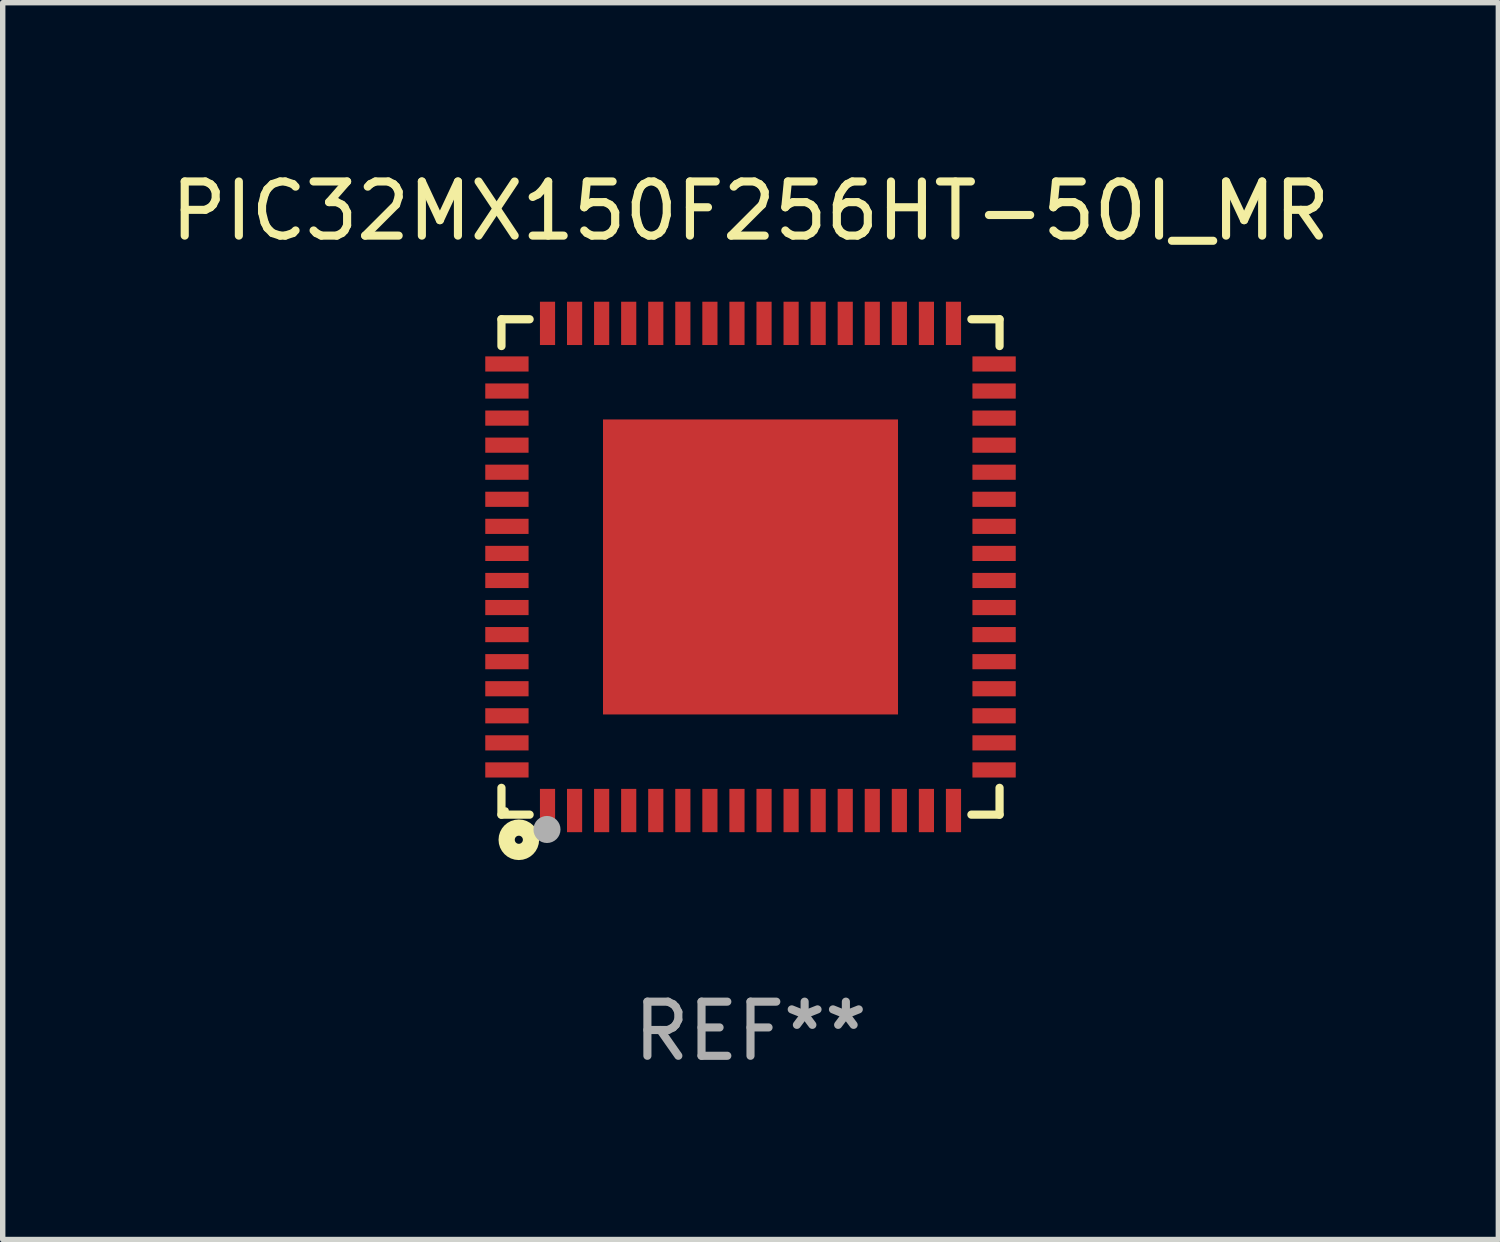
<source format=kicad_pcb>
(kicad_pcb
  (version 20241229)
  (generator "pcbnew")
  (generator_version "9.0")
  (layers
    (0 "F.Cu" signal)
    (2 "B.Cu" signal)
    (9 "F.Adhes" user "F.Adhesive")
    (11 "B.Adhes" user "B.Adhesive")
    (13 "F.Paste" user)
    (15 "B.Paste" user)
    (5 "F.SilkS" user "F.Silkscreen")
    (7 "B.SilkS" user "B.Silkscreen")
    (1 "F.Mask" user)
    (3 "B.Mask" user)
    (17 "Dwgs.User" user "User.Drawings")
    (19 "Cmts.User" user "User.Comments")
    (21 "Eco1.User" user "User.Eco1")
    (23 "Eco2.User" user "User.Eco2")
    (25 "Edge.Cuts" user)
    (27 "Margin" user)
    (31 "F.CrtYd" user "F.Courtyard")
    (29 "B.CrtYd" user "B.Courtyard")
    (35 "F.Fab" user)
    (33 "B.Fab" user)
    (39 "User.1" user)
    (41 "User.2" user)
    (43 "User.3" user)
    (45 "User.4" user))
  (footprint "PIC32MX150F256HT-50I_MR"
    (layer "F.Cu")
    (at 10.815 7.424)
    (property "Reference" "PIC32MX150F256HT-50I_MR" (at 0 -6.576 0) (layer "F.SilkS") (effects (font (size 1 1) (thickness 0.15))))
    (attr through_hole)
    (fp_line (start -4.601 -4.576) (end -4.081 -4.576) (stroke (width 0.152) (type solid)) (layer "F.SilkS"))
    (fp_line (start -4.601 -4.081) (end -4.601 -4.576) (stroke (width 0.152) (type solid)) (layer "F.SilkS"))
    (fp_line (start -4.601 4.081) (end -4.601 4.576) (stroke (width 0.152) (type solid)) (layer "F.SilkS"))
    (fp_line (start -4.601 4.576) (end -4.081 4.576) (stroke (width 0.152) (type solid)) (layer "F.SilkS"))
    (fp_line (start 4.601 -4.576) (end 4.081 -4.576) (stroke (width 0.152) (type solid)) (layer "F.SilkS"))
    (fp_line (start 4.601 -4.081) (end 4.601 -4.576) (stroke (width 0.152) (type solid)) (layer "F.SilkS"))
    (fp_line (start 4.601 4.081) (end 4.601 4.576) (stroke (width 0.152) (type solid)) (layer "F.SilkS"))
    (fp_line (start 4.601 4.576) (end 4.081 4.576) (stroke (width 0.152) (type solid)) (layer "F.SilkS"))
    (fp_circle (center -4.525 4.5) (end -4.495 4.5) (stroke (width 0.06) (type solid)) (fill no) (layer "F.SilkS"))
    (fp_circle (center -4.28 5.04) (end -4.205 5.04) (stroke (width 0.3) (type solid)) (fill no) (layer "F.SilkS"))
    (fp_circle (center -3.76 4.85) (end -3.635 4.85) (stroke (width 0.25) (type solid)) (fill no) (layer "F.Fab"))
    (fp_text user "REF**" (at 0 8.576 0) (layer "F.Fab") (effects (font (size 1 1) (thickness 0.15))))
    (pad "1" smd rect (at -3.75 4.5) (size 0.28 0.8) (layers "F.Cu" "F.Mask" "F.Paste"))
    (pad "2" smd rect (at -3.25 4.5) (size 0.28 0.8) (layers "F.Cu" "F.Mask" "F.Paste"))
    (pad "3" smd rect (at -2.75 4.5) (size 0.28 0.8) (layers "F.Cu" "F.Mask" "F.Paste"))
    (pad "4" smd rect (at -2.25 4.5) (size 0.28 0.8) (layers "F.Cu" "F.Mask" "F.Paste"))
    (pad "5" smd rect (at -1.75 4.5) (size 0.28 0.8) (layers "F.Cu" "F.Mask" "F.Paste"))
    (pad "6" smd rect (at -1.25 4.5) (size 0.28 0.8) (layers "F.Cu" "F.Mask" "F.Paste"))
    (pad "7" smd rect (at -0.75 4.5) (size 0.28 0.8) (layers "F.Cu" "F.Mask" "F.Paste"))
    (pad "8" smd rect (at -0.25 4.5) (size 0.28 0.8) (layers "F.Cu" "F.Mask" "F.Paste"))
    (pad "9" smd rect (at 0.25 4.5) (size 0.28 0.8) (layers "F.Cu" "F.Mask" "F.Paste"))
    (pad "10" smd rect (at 0.75 4.5) (size 0.28 0.8) (layers "F.Cu" "F.Mask" "F.Paste"))
    (pad "11" smd rect (at 1.25 4.5) (size 0.28 0.8) (layers "F.Cu" "F.Mask" "F.Paste"))
    (pad "12" smd rect (at 1.75 4.5) (size 0.28 0.8) (layers "F.Cu" "F.Mask" "F.Paste"))
    (pad "13" smd rect (at 2.25 4.5) (size 0.28 0.8) (layers "F.Cu" "F.Mask" "F.Paste"))
    (pad "14" smd rect (at 2.75 4.5) (size 0.28 0.8) (layers "F.Cu" "F.Mask" "F.Paste"))
    (pad "15" smd rect (at 3.25 4.5) (size 0.28 0.8) (layers "F.Cu" "F.Mask" "F.Paste"))
    (pad "16" smd rect (at 3.75 4.5) (size 0.28 0.8) (layers "F.Cu" "F.Mask" "F.Paste"))
    (pad "17" smd rect (at 4.5 3.75) (size 0.8 0.28) (layers "F.Cu" "F.Mask" "F.Paste"))
    (pad "18" smd rect (at 4.5 3.25) (size 0.8 0.28) (layers "F.Cu" "F.Mask" "F.Paste"))
    (pad "19" smd rect (at 4.5 2.75) (size 0.8 0.28) (layers "F.Cu" "F.Mask" "F.Paste"))
    (pad "20" smd rect (at 4.5 2.25) (size 0.8 0.28) (layers "F.Cu" "F.Mask" "F.Paste"))
    (pad "21" smd rect (at 4.5 1.75) (size 0.8 0.28) (layers "F.Cu" "F.Mask" "F.Paste"))
    (pad "22" smd rect (at 4.5 1.25) (size 0.8 0.28) (layers "F.Cu" "F.Mask" "F.Paste"))
    (pad "23" smd rect (at 4.5 0.75) (size 0.8 0.28) (layers "F.Cu" "F.Mask" "F.Paste"))
    (pad "24" smd rect (at 4.5 0.25) (size 0.8 0.28) (layers "F.Cu" "F.Mask" "F.Paste"))
    (pad "25" smd rect (at 4.5 -0.25) (size 0.8 0.28) (layers "F.Cu" "F.Mask" "F.Paste"))
    (pad "26" smd rect (at 4.5 -0.75) (size 0.8 0.28) (layers "F.Cu" "F.Mask" "F.Paste"))
    (pad "27" smd rect (at 4.5 -1.25) (size 0.8 0.28) (layers "F.Cu" "F.Mask" "F.Paste"))
    (pad "28" smd rect (at 4.5 -1.75) (size 0.8 0.28) (layers "F.Cu" "F.Mask" "F.Paste"))
    (pad "29" smd rect (at 4.5 -2.25) (size 0.8 0.28) (layers "F.Cu" "F.Mask" "F.Paste"))
    (pad "30" smd rect (at 4.5 -2.75) (size 0.8 0.28) (layers "F.Cu" "F.Mask" "F.Paste"))
    (pad "31" smd rect (at 4.5 -3.25) (size 0.8 0.28) (layers "F.Cu" "F.Mask" "F.Paste"))
    (pad "32" smd rect (at 4.5 -3.75) (size 0.8 0.28) (layers "F.Cu" "F.Mask" "F.Paste"))
    (pad "33" smd rect (at 3.75 -4.5) (size 0.28 0.8) (layers "F.Cu" "F.Mask" "F.Paste"))
    (pad "34" smd rect (at 3.25 -4.5) (size 0.28 0.8) (layers "F.Cu" "F.Mask" "F.Paste"))
    (pad "35" smd rect (at 2.75 -4.5) (size 0.28 0.8) (layers "F.Cu" "F.Mask" "F.Paste"))
    (pad "36" smd rect (at 2.25 -4.5) (size 0.28 0.8) (layers "F.Cu" "F.Mask" "F.Paste"))
    (pad "37" smd rect (at 1.75 -4.5) (size 0.28 0.8) (layers "F.Cu" "F.Mask" "F.Paste"))
    (pad "38" smd rect (at 1.25 -4.5) (size 0.28 0.8) (layers "F.Cu" "F.Mask" "F.Paste"))
    (pad "39" smd rect (at 0.75 -4.5) (size 0.28 0.8) (layers "F.Cu" "F.Mask" "F.Paste"))
    (pad "40" smd rect (at 0.25 -4.5) (size 0.28 0.8) (layers "F.Cu" "F.Mask" "F.Paste"))
    (pad "41" smd rect (at -0.25 -4.5) (size 0.28 0.8) (layers "F.Cu" "F.Mask" "F.Paste"))
    (pad "42" smd rect (at -0.75 -4.5) (size 0.28 0.8) (layers "F.Cu" "F.Mask" "F.Paste"))
    (pad "43" smd rect (at -1.25 -4.5) (size 0.28 0.8) (layers "F.Cu" "F.Mask" "F.Paste"))
    (pad "44" smd rect (at -1.75 -4.5) (size 0.28 0.8) (layers "F.Cu" "F.Mask" "F.Paste"))
    (pad "45" smd rect (at -2.25 -4.5) (size 0.28 0.8) (layers "F.Cu" "F.Mask" "F.Paste"))
    (pad "46" smd rect (at -2.75 -4.5) (size 0.28 0.8) (layers "F.Cu" "F.Mask" "F.Paste"))
    (pad "47" smd rect (at -3.25 -4.5) (size 0.28 0.8) (layers "F.Cu" "F.Mask" "F.Paste"))
    (pad "48" smd rect (at -3.75 -4.5) (size 0.28 0.8) (layers "F.Cu" "F.Mask" "F.Paste"))
    (pad "49" smd rect (at -4.5 -3.75) (size 0.8 0.28) (layers "F.Cu" "F.Mask" "F.Paste"))
    (pad "50" smd rect (at -4.5 -3.25) (size 0.8 0.28) (layers "F.Cu" "F.Mask" "F.Paste"))
    (pad "51" smd rect (at -4.5 -2.75) (size 0.8 0.28) (layers "F.Cu" "F.Mask" "F.Paste"))
    (pad "52" smd rect (at -4.5 -2.25) (size 0.8 0.28) (layers "F.Cu" "F.Mask" "F.Paste"))
    (pad "53" smd rect (at -4.5 -1.75) (size 0.8 0.28) (layers "F.Cu" "F.Mask" "F.Paste"))
    (pad "54" smd rect (at -4.5 -1.25) (size 0.8 0.28) (layers "F.Cu" "F.Mask" "F.Paste"))
    (pad "55" smd rect (at -4.5 -0.75) (size 0.8 0.28) (layers "F.Cu" "F.Mask" "F.Paste"))
    (pad "56" smd rect (at -4.5 -0.25) (size 0.8 0.28) (layers "F.Cu" "F.Mask" "F.Paste"))
    (pad "57" smd rect (at -4.5 0.25) (size 0.8 0.28) (layers "F.Cu" "F.Mask" "F.Paste"))
    (pad "58" smd rect (at -4.5 0.75) (size 0.8 0.28) (layers "F.Cu" "F.Mask" "F.Paste"))
    (pad "59" smd rect (at -4.5 1.25) (size 0.8 0.28) (layers "F.Cu" "F.Mask" "F.Paste"))
    (pad "60" smd rect (at -4.5 1.75) (size 0.8 0.28) (layers "F.Cu" "F.Mask" "F.Paste"))
    (pad "61" smd rect (at -4.5 2.25) (size 0.8 0.28) (layers "F.Cu" "F.Mask" "F.Paste"))
    (pad "62" smd rect (at -4.5 2.75) (size 0.8 0.28) (layers "F.Cu" "F.Mask" "F.Paste"))
    (pad "63" smd rect (at -4.5 3.25) (size 0.8 0.28) (layers "F.Cu" "F.Mask" "F.Paste"))
    (pad "64" smd rect (at -4.5 3.75) (size 0.8 0.28) (layers "F.Cu" "F.Mask" "F.Paste"))
    (pad "65" smd rect (at 0 0) (size 5.45 5.45) (layers "F.Cu" "F.Mask" "F.Paste")))
  (gr_rect
    (start -3 -3)
    (end 24.631 19.849)
    (stroke (width 0.1) (type default))
    (fill no)
    (layer "Edge.Cuts")))
</source>
